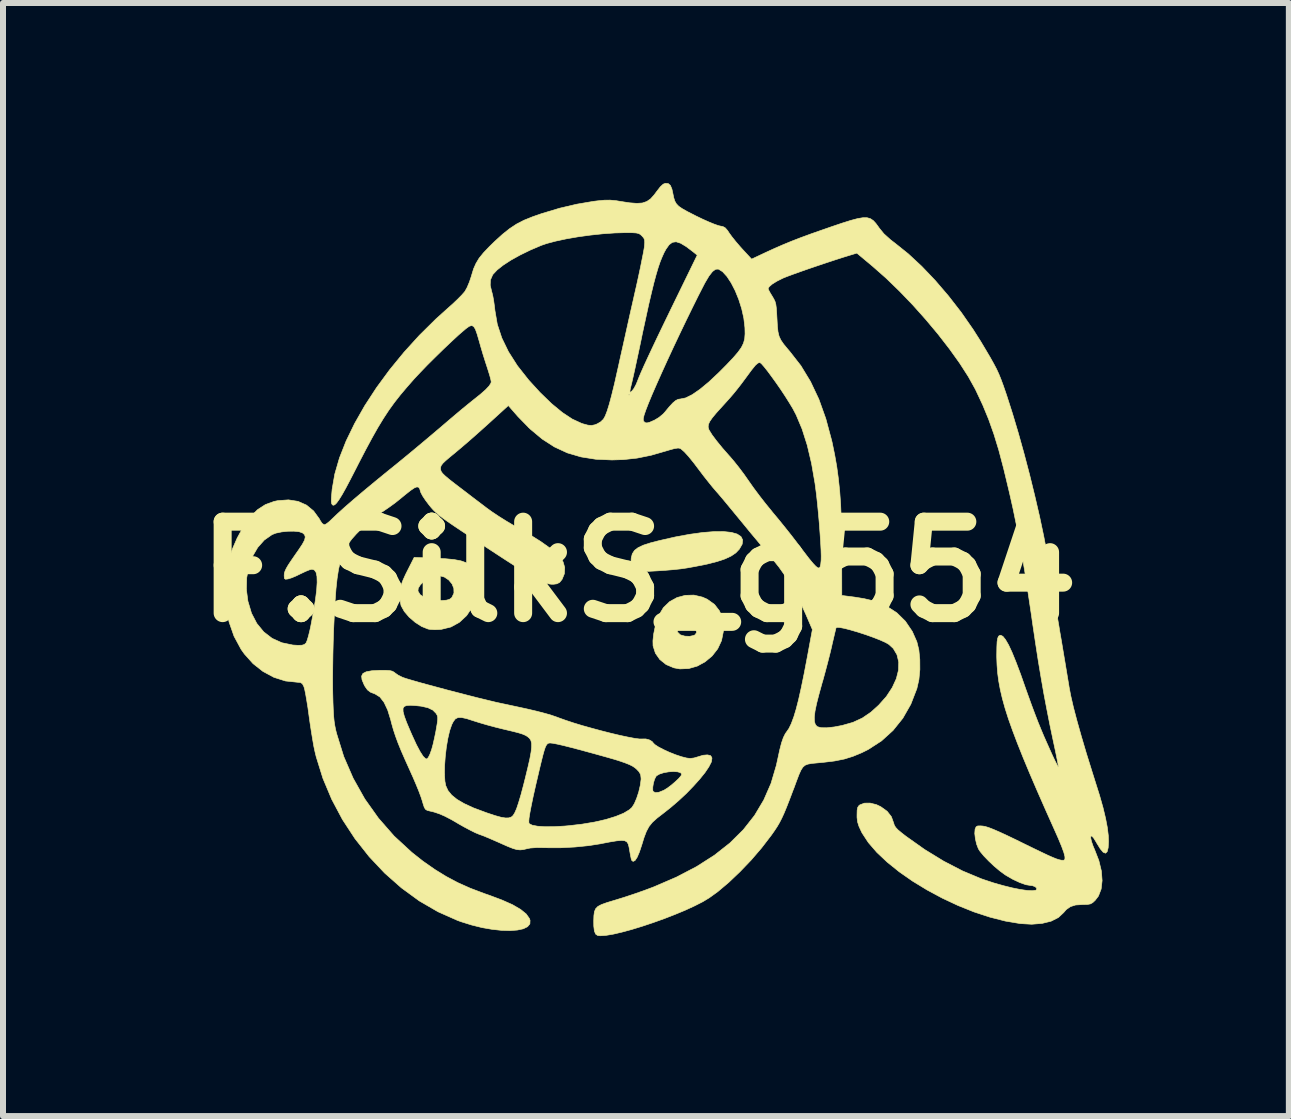
<source format=kicad_pcb>
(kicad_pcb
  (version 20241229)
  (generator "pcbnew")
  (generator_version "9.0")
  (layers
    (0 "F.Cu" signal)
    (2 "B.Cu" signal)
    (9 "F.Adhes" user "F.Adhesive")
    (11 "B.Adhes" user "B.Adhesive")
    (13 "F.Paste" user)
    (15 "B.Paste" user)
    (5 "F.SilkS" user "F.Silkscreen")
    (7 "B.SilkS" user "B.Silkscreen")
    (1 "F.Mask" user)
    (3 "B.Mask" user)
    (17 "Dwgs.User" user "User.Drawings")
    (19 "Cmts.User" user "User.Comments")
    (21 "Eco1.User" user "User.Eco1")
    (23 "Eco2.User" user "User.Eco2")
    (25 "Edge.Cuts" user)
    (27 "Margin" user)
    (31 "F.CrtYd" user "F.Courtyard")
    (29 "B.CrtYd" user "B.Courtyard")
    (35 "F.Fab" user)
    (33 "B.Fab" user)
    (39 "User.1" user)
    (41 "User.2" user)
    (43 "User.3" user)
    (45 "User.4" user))
  (footprint "F.SilkS_g554"
    (layer "F.Cu")
    (at 7.591 6.478)
    (property "Reference" "F.SilkS_g554" (at 0 0 0) (layer "F.SilkS") (effects (font (size 1.524 1.524) (thickness 0.3))))
    (attr through_hole)
    (fp_poly (pts (xy 1.547 -0.656) (xy 1.644 -0.628) (xy 1.707 -0.586) (xy 1.735 -0.53) (xy 1.727 -0.46) (xy 1.679 -0.376) (xy 1.677 -0.374) (xy 1.621 -0.315) (xy 1.543 -0.262) (xy 1.44 -0.214) (xy 1.308 -0.17) (xy 1.144 -0.128) (xy 0.943 -0.088) (xy 0.804 -0.063) (xy 0.701 -0.048) (xy 0.579 -0.035) (xy 0.447 -0.024) (xy 0.313 -0.015) (xy 0.185 -0.008) (xy 0.071 -0.005) (xy -0.019 -0.006) (xy -0.079 -0.011) (xy -0.09 -0.013) (xy -0.112 -0.029) (xy -0.124 -0.066) (xy -0.127 -0.134) (xy -0.127 -0.14) (xy -0.122 -0.228) (xy -0.104 -0.299) (xy -0.067 -0.356) (xy -0.007 -0.402) (xy 0.08 -0.443) (xy 0.201 -0.482) (xy 0.341 -0.518) (xy 0.608 -0.579) (xy 0.851 -0.624) (xy 1.067 -0.654) (xy 1.257 -0.669) (xy 1.417 -0.67) (xy 1.547 -0.656)) (stroke (width 0.01) (type solid)) (fill yes) (layer "F.SilkS"))
    (fp_poly (pts (xy 1.066 0.423) (xy 1.146 0.459) (xy 1.266 0.545) (xy 1.35 0.654) (xy 1.4 0.787) (xy 1.415 0.944) (xy 1.413 0.997) (xy 1.383 1.147) (xy 1.319 1.284) (xy 1.226 1.403) (xy 1.11 1.5) (xy 0.979 1.572) (xy 0.836 1.613) (xy 0.689 1.619) (xy 0.589 1.601) (xy 0.459 1.546) (xy 0.355 1.463) (xy 0.281 1.357) (xy 0.242 1.235) (xy 0.24 1.149) (xy 0.252 1.038) (xy 0.269 0.954) (xy 0.644 0.954) (xy 0.649 1.004) (xy 0.691 1.047) (xy 0.704 1.054) (xy 0.773 1.073) (xy 0.852 1.076) (xy 0.919 1.062) (xy 0.941 1.051) (xy 0.969 1.012) (xy 0.955 0.968) (xy 0.9 0.92) (xy 0.884 0.91) (xy 0.802 0.874) (xy 0.733 0.875) (xy 0.677 0.906) (xy 0.644 0.954) (xy 0.269 0.954) (xy 0.277 0.917) (xy 0.311 0.798) (xy 0.34 0.722) (xy 0.415 0.597) (xy 0.518 0.498) (xy 0.641 0.43) (xy 0.778 0.393) (xy 0.922 0.389) (xy 1.066 0.423)) (stroke (width 0.01) (type solid)) (fill yes) (layer "F.SilkS"))
    (fp_poly (pts (xy -3.399 -0.226) (xy -3.217 -0.217) (xy -3.073 -0.203) (xy -2.961 -0.182) (xy -2.876 -0.152) (xy -2.815 -0.111) (xy -2.771 -0.057) (xy -2.74 0.012) (xy -2.728 0.05) (xy -2.713 0.145) (xy -2.711 0.26) (xy -2.719 0.381) (xy -2.738 0.492) (xy -2.765 0.578) (xy -2.77 0.588) (xy -2.865 0.731) (xy -2.986 0.843) (xy -3.126 0.92) (xy -3.284 0.959) (xy -3.313 0.962) (xy -3.394 0.965) (xy -3.47 0.961) (xy -3.507 0.955) (xy -3.614 0.912) (xy -3.722 0.843) (xy -3.823 0.756) (xy -3.904 0.661) (xy -3.956 0.567) (xy -3.959 0.557) (xy -3.971 0.495) (xy -3.977 0.412) (xy -3.975 0.347) (xy -3.973 0.322) (xy -3.676 0.322) (xy -3.64 0.381) (xy -3.571 0.428) (xy -3.475 0.462) (xy -3.359 0.479) (xy -3.283 0.48) (xy -3.204 0.474) (xy -3.153 0.461) (xy -3.12 0.438) (xy -3.109 0.425) (xy -3.076 0.355) (xy -3.078 0.278) (xy -3.108 0.203) (xy -3.163 0.137) (xy -3.236 0.088) (xy -3.323 0.064) (xy -3.344 0.064) (xy -3.421 0.077) (xy -3.501 0.111) (xy -3.575 0.16) (xy -3.635 0.217) (xy -3.671 0.274) (xy -3.676 0.322) (xy -3.973 0.322) (xy -3.968 0.278) (xy -3.953 0.213) (xy -3.925 0.139) (xy -3.883 0.046) (xy -3.853 -0.014) (xy -3.739 -0.239) (xy -3.399 -0.226)) (stroke (width 0.01) (type solid)) (fill yes) (layer "F.SilkS"))
    (fp_poly (pts (xy -4.145 1.647) (xy -4.104 1.657) (xy -4.073 1.674) (xy -4.06 1.685) (xy -4.008 1.722) (xy -3.94 1.756) (xy -3.926 1.762) (xy -3.87 1.781) (xy -3.779 1.808) (xy -3.658 1.843) (xy -3.515 1.882) (xy -3.355 1.925) (xy -3.185 1.971) (xy -3.01 2.016) (xy -2.837 2.061) (xy -2.672 2.103) (xy -2.52 2.14) (xy -2.388 2.172) (xy -2.283 2.195) (xy -2.254 2.201) (xy -2.034 2.248) (xy -1.85 2.288) (xy -1.697 2.324) (xy -1.57 2.357) (xy -1.464 2.387) (xy -1.373 2.418) (xy -1.325 2.436) (xy -1.213 2.476) (xy -1.08 2.52) (xy -0.932 2.565) (xy -0.774 2.609) (xy -0.614 2.652) (xy -0.457 2.692) (xy -0.309 2.727) (xy -0.177 2.755) (xy -0.066 2.776) (xy 0.017 2.787) (xy 0.066 2.787) (xy 0.069 2.786) (xy 0.121 2.786) (xy 0.18 2.802) (xy 0.226 2.829) (xy 0.24 2.847) (xy 0.27 2.879) (xy 0.331 2.919) (xy 0.415 2.963) (xy 0.513 3.008) (xy 0.616 3.049) (xy 0.715 3.082) (xy 0.801 3.104) (xy 0.86 3.111) (xy 0.925 3.103) (xy 0.996 3.082) (xy 1.005 3.079) (xy 1.075 3.058) (xy 1.142 3.052) (xy 1.15 3.052) (xy 1.2 3.064) (xy 1.22 3.094) (xy 1.223 3.112) (xy 1.213 3.17) (xy 1.172 3.25) (xy 1.107 3.347) (xy 1.019 3.456) (xy 0.914 3.573) (xy 0.796 3.695) (xy 0.667 3.815) (xy 0.533 3.93) (xy 0.414 4.024) (xy 0.309 4.105) (xy 0.231 4.175) (xy 0.174 4.246) (xy 0.13 4.328) (xy 0.091 4.431) (xy 0.056 4.545) (xy 0.015 4.669) (xy -0.023 4.758) (xy -0.059 4.812) (xy -0.091 4.827) (xy -0.114 4.809) (xy -0.123 4.78) (xy -0.135 4.722) (xy -0.147 4.655) (xy -0.159 4.586) (xy -0.173 4.535) (xy -0.195 4.501) (xy -0.231 4.482) (xy -0.286 4.477) (xy -0.365 4.484) (xy -0.475 4.502) (xy -0.621 4.53) (xy -0.627 4.532) (xy -0.831 4.564) (xy -1.059 4.587) (xy -1.292 4.599) (xy -1.513 4.599) (xy -1.556 4.598) (xy -1.694 4.596) (xy -1.805 4.604) (xy -1.863 4.616) (xy -1.921 4.63) (xy -1.973 4.635) (xy -2.027 4.63) (xy -2.091 4.612) (xy -2.175 4.579) (xy -2.286 4.53) (xy -2.31 4.519) (xy -2.415 4.473) (xy -2.517 4.429) (xy -2.604 4.394) (xy -2.662 4.373) (xy -2.722 4.348) (xy -2.806 4.306) (xy -2.904 4.254) (xy -2.998 4.201) (xy -3.06 4.164) (xy -1.829 4.164) (xy -1.825 4.194) (xy -1.823 4.197) (xy -1.773 4.223) (xy -1.685 4.24) (xy -1.563 4.249) (xy -1.411 4.248) (xy -1.233 4.238) (xy -1.164 4.232) (xy -0.94 4.206) (xy -0.732 4.171) (xy -0.544 4.128) (xy -0.382 4.078) (xy -0.249 4.024) (xy -0.152 3.966) (xy -0.11 3.928) (xy -0.07 3.865) (xy -0.031 3.774) (xy 0.004 3.667) (xy 0.022 3.589) (xy 0.237 3.589) (xy 0.237 3.644) (xy 0.242 3.66) (xy 0.279 3.681) (xy 0.341 3.674) (xy 0.42 3.642) (xy 0.478 3.607) (xy 0.545 3.557) (xy 0.611 3.5) (xy 0.669 3.446) (xy 0.707 3.401) (xy 0.72 3.375) (xy 0.701 3.349) (xy 0.652 3.334) (xy 0.582 3.329) (xy 0.502 3.334) (xy 0.422 3.348) (xy 0.352 3.37) (xy 0.301 3.399) (xy 0.292 3.409) (xy 0.268 3.455) (xy 0.248 3.521) (xy 0.237 3.589) (xy 0.022 3.589) (xy 0.029 3.559) (xy 0.042 3.462) (xy 0.042 3.441) (xy 0.035 3.38) (xy 0.006 3.33) (xy -0.031 3.291) (xy -0.063 3.264) (xy -0.101 3.239) (xy -0.151 3.214) (xy -0.216 3.188) (xy -0.301 3.158) (xy -0.409 3.124) (xy -0.546 3.085) (xy -0.715 3.038) (xy -0.92 2.982) (xy -0.948 2.974) (xy -1.12 2.929) (xy -1.254 2.895) (xy -1.356 2.872) (xy -1.429 2.858) (xy -1.476 2.853) (xy -1.501 2.857) (xy -1.502 2.857) (xy -1.521 2.87) (xy -1.538 2.892) (xy -1.555 2.927) (xy -1.573 2.981) (xy -1.595 3.06) (xy -1.622 3.168) (xy -1.657 3.313) (xy -1.659 3.323) (xy -1.713 3.553) (xy -1.756 3.744) (xy -1.788 3.899) (xy -1.811 4.019) (xy -1.825 4.107) (xy -1.829 4.164) (xy -3.06 4.164) (xy -3.125 4.127) (xy -3.229 4.073) (xy -3.319 4.034) (xy -3.405 4.005) (xy -3.48 3.987) (xy -3.523 3.976) (xy -3.551 3.958) (xy -3.571 3.925) (xy -3.59 3.867) (xy -3.603 3.822) (xy -3.625 3.754) (xy -3.661 3.657) (xy -3.708 3.542) (xy -3.762 3.416) (xy -3.782 3.372) (xy -3.234 3.372) (xy -3.227 3.49) (xy -3.213 3.564) (xy -3.176 3.646) (xy -3.114 3.722) (xy -3.025 3.794) (xy -2.905 3.864) (xy -2.751 3.935) (xy -2.558 4.007) (xy -2.519 4.021) (xy -2.389 4.064) (xy -2.291 4.091) (xy -2.218 4.103) (xy -2.164 4.102) (xy -2.122 4.088) (xy -2.118 4.086) (xy -2.091 4.062) (xy -2.063 4.017) (xy -2.032 3.947) (xy -1.999 3.848) (xy -1.96 3.718) (xy -1.916 3.552) (xy -1.886 3.433) (xy -1.843 3.256) (xy -1.811 3.115) (xy -1.791 3.005) (xy -1.782 2.922) (xy -1.782 2.86) (xy -1.793 2.814) (xy -1.813 2.781) (xy -1.821 2.772) (xy -1.85 2.747) (xy -1.884 2.726) (xy -1.931 2.706) (xy -1.997 2.685) (xy -2.09 2.661) (xy -2.216 2.631) (xy -2.254 2.622) (xy -2.384 2.59) (xy -2.525 2.552) (xy -2.658 2.513) (xy -2.75 2.484) (xy -2.865 2.447) (xy -2.949 2.429) (xy -3.009 2.43) (xy -3.052 2.451) (xy -3.086 2.495) (xy -3.113 2.548) (xy -3.148 2.649) (xy -3.178 2.778) (xy -3.203 2.925) (xy -3.221 3.08) (xy -3.232 3.232) (xy -3.234 3.372) (xy -3.782 3.372) (xy -3.808 3.314) (xy -3.89 3.132) (xy -3.956 2.981) (xy -4.008 2.853) (xy -4.05 2.739) (xy -4.085 2.633) (xy -4.115 2.527) (xy -4.129 2.471) (xy -4.18 2.305) (xy -4.193 2.277) (xy -3.925 2.277) (xy -3.924 2.329) (xy -3.904 2.406) (xy -3.865 2.512) (xy -3.807 2.649) (xy -3.776 2.72) (xy -3.703 2.879) (xy -3.64 2.998) (xy -3.589 3.077) (xy -3.548 3.116) (xy -3.525 3.119) (xy -3.503 3.094) (xy -3.476 3.04) (xy -3.45 2.968) (xy -3.449 2.966) (xy -3.425 2.879) (xy -3.4 2.769) (xy -3.377 2.657) (xy -3.371 2.622) (xy -3.355 2.528) (xy -3.347 2.464) (xy -3.347 2.423) (xy -3.355 2.393) (xy -3.372 2.364) (xy -3.373 2.361) (xy -3.427 2.306) (xy -3.509 2.266) (xy -3.623 2.24) (xy -3.722 2.23) (xy -3.804 2.225) (xy -3.865 2.229) (xy -3.905 2.245) (xy -3.925 2.277) (xy -4.193 2.277) (xy -4.241 2.176) (xy -4.31 2.087) (xy -4.388 2.038) (xy -4.391 2.037) (xy -4.467 2.007) (xy -4.517 1.969) (xy -4.558 1.911) (xy -4.574 1.881) (xy -4.608 1.8) (xy -4.615 1.739) (xy -4.593 1.695) (xy -4.538 1.667) (xy -4.447 1.65) (xy -4.318 1.643) (xy -4.304 1.643) (xy -4.209 1.643) (xy -4.145 1.647)) (stroke (width 0.01) (type solid)) (fill yes) (layer "F.SilkS"))
    (fp_poly (pts (xy 0.495 -6.469) (xy 0.53 -6.439) (xy 0.556 -6.378) (xy 0.571 -6.309) (xy 0.586 -6.235) (xy 0.604 -6.178) (xy 0.63 -6.132) (xy 0.669 -6.091) (xy 0.729 -6.05) (xy 0.814 -6.002) (xy 0.93 -5.943) (xy 0.955 -5.93) (xy 1.067 -5.876) (xy 1.172 -5.829) (xy 1.263 -5.792) (xy 1.329 -5.769) (xy 1.353 -5.763) (xy 1.407 -5.752) (xy 1.446 -5.73) (xy 1.484 -5.686) (xy 1.512 -5.643) (xy 1.558 -5.58) (xy 1.623 -5.499) (xy 1.696 -5.414) (xy 1.733 -5.373) (xy 1.884 -5.21) (xy 2.122 -5.322) (xy 2.266 -5.388) (xy 2.406 -5.449) (xy 2.549 -5.508) (xy 2.704 -5.568) (xy 2.878 -5.632) (xy 3.081 -5.703) (xy 3.216 -5.75) (xy 3.393 -5.81) (xy 3.536 -5.855) (xy 3.649 -5.885) (xy 3.738 -5.9) (xy 3.808 -5.9) (xy 3.864 -5.884) (xy 3.912 -5.852) (xy 3.955 -5.805) (xy 4.001 -5.742) (xy 4.012 -5.726) (xy 4.089 -5.632) (xy 4.201 -5.531) (xy 4.278 -5.472) (xy 4.495 -5.298) (xy 4.719 -5.09) (xy 4.944 -4.854) (xy 5.165 -4.596) (xy 5.377 -4.323) (xy 5.574 -4.04) (xy 5.7 -3.842) (xy 5.79 -3.691) (xy 5.862 -3.569) (xy 5.919 -3.467) (xy 5.966 -3.378) (xy 6.005 -3.293) (xy 6.041 -3.204) (xy 6.078 -3.104) (xy 6.119 -2.985) (xy 6.137 -2.932) (xy 6.233 -2.632) (xy 6.33 -2.307) (xy 6.425 -1.966) (xy 6.517 -1.616) (xy 6.603 -1.265) (xy 6.683 -0.92) (xy 6.753 -0.589) (xy 6.812 -0.281) (xy 6.859 -0.002) (xy 6.868 0.064) (xy 6.881 0.147) (xy 6.899 0.264) (xy 6.922 0.408) (xy 6.949 0.571) (xy 6.978 0.744) (xy 7.008 0.922) (xy 7.016 0.974) (xy 7.047 1.152) (xy 7.077 1.332) (xy 7.106 1.504) (xy 7.132 1.661) (xy 7.154 1.794) (xy 7.171 1.895) (xy 7.174 1.916) (xy 7.203 2.069) (xy 7.247 2.259) (xy 7.306 2.484) (xy 7.378 2.74) (xy 7.462 3.024) (xy 7.559 3.335) (xy 7.608 3.491) (xy 7.683 3.729) (xy 7.741 3.934) (xy 7.783 4.11) (xy 7.812 4.262) (xy 7.828 4.394) (xy 7.832 4.493) (xy 7.826 4.6) (xy 7.809 4.665) (xy 7.782 4.69) (xy 7.743 4.674) (xy 7.694 4.616) (xy 7.634 4.519) (xy 7.63 4.511) (xy 7.586 4.44) (xy 7.556 4.406) (xy 7.538 4.405) (xy 7.535 4.435) (xy 7.547 4.492) (xy 7.575 4.573) (xy 7.6 4.631) (xy 7.671 4.814) (xy 7.713 4.988) (xy 7.725 5.147) (xy 7.709 5.287) (xy 7.664 5.404) (xy 7.609 5.476) (xy 7.568 5.514) (xy 7.53 5.535) (xy 7.481 5.544) (xy 7.405 5.546) (xy 7.399 5.546) (xy 7.284 5.553) (xy 7.198 5.58) (xy 7.128 5.629) (xy 7.084 5.68) (xy 6.996 5.762) (xy 6.875 5.823) (xy 6.725 5.86) (xy 6.552 5.874) (xy 6.361 5.863) (xy 6.112 5.821) (xy 5.853 5.755) (xy 5.588 5.668) (xy 5.322 5.561) (xy 5.06 5.438) (xy 4.807 5.302) (xy 4.566 5.155) (xy 4.344 5) (xy 4.144 4.839) (xy 3.971 4.676) (xy 3.83 4.513) (xy 3.725 4.353) (xy 3.714 4.331) (xy 3.673 4.242) (xy 3.65 4.169) (xy 3.641 4.094) (xy 3.641 4.052) (xy 3.643 3.975) (xy 3.652 3.928) (xy 3.671 3.899) (xy 3.688 3.885) (xy 3.764 3.856) (xy 3.859 3.855) (xy 3.964 3.881) (xy 4.036 3.915) (xy 4.143 3.992) (xy 4.213 4.081) (xy 4.25 4.183) (xy 4.262 4.223) (xy 4.284 4.259) (xy 4.322 4.3) (xy 4.384 4.352) (xy 4.456 4.408) (xy 4.768 4.629) (xy 5.085 4.823) (xy 5.402 4.987) (xy 5.711 5.116) (xy 5.757 5.132) (xy 5.92 5.186) (xy 6.079 5.231) (xy 6.228 5.268) (xy 6.363 5.295) (xy 6.476 5.311) (xy 6.564 5.315) (xy 6.619 5.307) (xy 6.632 5.299) (xy 6.636 5.274) (xy 6.609 5.248) (xy 6.563 5.231) (xy 6.533 5.228) (xy 6.454 5.215) (xy 6.353 5.179) (xy 6.239 5.126) (xy 6.123 5.059) (xy 6.106 5.048) (xy 6.02 4.985) (xy 5.926 4.906) (xy 5.835 4.82) (xy 5.754 4.736) (xy 5.692 4.661) (xy 5.664 4.618) (xy 5.634 4.54) (xy 5.613 4.449) (xy 5.603 4.361) (xy 5.608 4.292) (xy 5.612 4.279) (xy 5.627 4.249) (xy 5.652 4.236) (xy 5.699 4.235) (xy 5.739 4.238) (xy 5.781 4.246) (xy 5.838 4.264) (xy 5.913 4.293) (xy 6.01 4.335) (xy 6.134 4.392) (xy 6.288 4.466) (xy 6.41 4.526) (xy 6.578 4.608) (xy 6.713 4.673) (xy 6.818 4.723) (xy 6.9 4.759) (xy 6.962 4.784) (xy 7.009 4.799) (xy 7.045 4.807) (xy 7.076 4.808) (xy 7.088 4.807) (xy 7.105 4.792) (xy 7.106 4.751) (xy 7.088 4.68) (xy 7.051 4.578) (xy 6.995 4.443) (xy 6.949 4.339) (xy 6.788 3.979) (xy 6.645 3.654) (xy 6.519 3.361) (xy 6.409 3.097) (xy 6.314 2.859) (xy 6.233 2.645) (xy 6.164 2.451) (xy 6.108 2.275) (xy 6.063 2.113) (xy 6.028 1.963) (xy 6.002 1.822) (xy 5.984 1.687) (xy 5.974 1.555) (xy 5.969 1.423) (xy 5.969 1.382) (xy 5.971 1.256) (xy 5.975 1.166) (xy 5.985 1.108) (xy 5.999 1.074) (xy 6.021 1.06) (xy 6.035 1.058) (xy 6.071 1.076) (xy 6.114 1.129) (xy 6.166 1.218) (xy 6.225 1.345) (xy 6.292 1.51) (xy 6.369 1.714) (xy 6.451 1.948) (xy 6.5 2.085) (xy 6.555 2.237) (xy 6.611 2.386) (xy 6.66 2.513) (xy 6.664 2.522) (xy 6.706 2.625) (xy 6.753 2.737) (xy 6.804 2.852) (xy 6.854 2.964) (xy 6.9 3.066) (xy 6.941 3.152) (xy 6.973 3.215) (xy 6.992 3.25) (xy 6.997 3.254) (xy 6.995 3.233) (xy 6.985 3.176) (xy 6.968 3.09) (xy 6.946 2.982) (xy 6.919 2.856) (xy 6.91 2.814) (xy 6.854 2.547) (xy 6.803 2.288) (xy 6.754 2.03) (xy 6.708 1.765) (xy 6.661 1.484) (xy 6.614 1.179) (xy 6.564 0.843) (xy 6.55 0.742) (xy 6.496 0.381) (xy 6.446 0.055) (xy 6.396 -0.245) (xy 6.346 -0.525) (xy 6.294 -0.792) (xy 6.24 -1.055) (xy 6.18 -1.321) (xy 6.114 -1.597) (xy 6.083 -1.725) (xy 6.004 -2.025) (xy 5.922 -2.293) (xy 5.834 -2.541) (xy 5.736 -2.779) (xy 5.623 -3.02) (xy 5.609 -3.048) (xy 5.495 -3.253) (xy 5.351 -3.477) (xy 5.182 -3.713) (xy 4.993 -3.957) (xy 4.788 -4.202) (xy 4.572 -4.444) (xy 4.35 -4.675) (xy 4.127 -4.891) (xy 3.907 -5.085) (xy 3.899 -5.092) (xy 3.638 -5.31) (xy 3.539 -5.28) (xy 3.421 -5.244) (xy 3.284 -5.2) (xy 3.135 -5.151) (xy 2.983 -5.1) (xy 2.833 -5.049) (xy 2.693 -5) (xy 2.571 -4.956) (xy 2.474 -4.92) (xy 2.409 -4.894) (xy 2.403 -4.891) (xy 2.305 -4.842) (xy 2.228 -4.794) (xy 2.177 -4.75) (xy 2.159 -4.718) (xy 2.169 -4.693) (xy 2.196 -4.643) (xy 2.227 -4.593) (xy 2.255 -4.545) (xy 2.275 -4.503) (xy 2.288 -4.455) (xy 2.296 -4.393) (xy 2.302 -4.306) (xy 2.307 -4.216) (xy 2.314 -4.091) (xy 2.324 -3.998) (xy 2.342 -3.924) (xy 2.372 -3.86) (xy 2.418 -3.793) (xy 2.484 -3.713) (xy 2.519 -3.672) (xy 2.705 -3.434) (xy 2.866 -3.169) (xy 3.005 -2.875) (xy 3.121 -2.55) (xy 3.218 -2.189) (xy 3.226 -2.155) (xy 3.268 -1.951) (xy 3.303 -1.753) (xy 3.33 -1.553) (xy 3.352 -1.344) (xy 3.368 -1.121) (xy 3.378 -0.875) (xy 3.384 -0.602) (xy 3.386 -0.292) (xy 3.386 -0.284) (xy 3.387 0.395) (xy 3.59 0.421) (xy 3.758 0.448) (xy 3.898 0.481) (xy 4.023 0.524) (xy 4.135 0.575) (xy 4.304 0.684) (xy 4.447 0.825) (xy 4.562 0.995) (xy 4.638 1.167) (xy 4.671 1.302) (xy 4.687 1.461) (xy 4.688 1.631) (xy 4.672 1.797) (xy 4.639 1.943) (xy 4.638 1.947) (xy 4.537 2.208) (xy 4.404 2.441) (xy 4.241 2.644) (xy 4.048 2.819) (xy 3.825 2.963) (xy 3.718 3.016) (xy 3.573 3.076) (xy 3.428 3.121) (xy 3.268 3.153) (xy 3.088 3.175) (xy 2.973 3.186) (xy 2.887 3.194) (xy 2.822 3.206) (xy 2.774 3.225) (xy 2.737 3.258) (xy 2.705 3.309) (xy 2.672 3.383) (xy 2.633 3.486) (xy 2.583 3.622) (xy 2.581 3.625) (xy 2.519 3.789) (xy 2.468 3.92) (xy 2.425 4.024) (xy 2.386 4.109) (xy 2.349 4.181) (xy 2.311 4.246) (xy 2.267 4.313) (xy 2.215 4.387) (xy 2.209 4.395) (xy 2.051 4.601) (xy 1.876 4.805) (xy 1.69 4.999) (xy 1.502 5.178) (xy 1.319 5.332) (xy 1.179 5.433) (xy 1.07 5.499) (xy 0.934 5.568) (xy 0.778 5.64) (xy 0.607 5.711) (xy 0.427 5.781) (xy 0.243 5.847) (xy 0.06 5.908) (xy -0.116 5.962) (xy -0.279 6.006) (xy -0.425 6.04) (xy -0.546 6.06) (xy -0.639 6.066) (xy -0.682 6.061) (xy -0.715 6.038) (xy -0.736 5.987) (xy -0.746 5.905) (xy -0.747 5.817) (xy -0.744 5.73) (xy -0.735 5.665) (xy -0.715 5.616) (xy -0.678 5.578) (xy -0.618 5.546) (xy -0.529 5.514) (xy -0.407 5.477) (xy -0.377 5.468) (xy -0.238 5.425) (xy -0.078 5.372) (xy 0.085 5.315) (xy 0.232 5.26) (xy 0.258 5.25) (xy 0.633 5.088) (xy 0.968 4.913) (xy 1.264 4.724) (xy 1.523 4.52) (xy 1.746 4.299) (xy 1.934 4.06) (xy 2.087 3.803) (xy 2.208 3.526) (xy 2.296 3.228) (xy 2.318 3.128) (xy 2.352 2.971) (xy 2.383 2.851) (xy 2.414 2.762) (xy 2.446 2.698) (xy 2.466 2.67) (xy 2.506 2.612) (xy 2.545 2.532) (xy 2.584 2.427) (xy 2.587 2.42) (xy 2.929 2.42) (xy 2.931 2.493) (xy 2.945 2.543) (xy 2.972 2.576) (xy 2.981 2.582) (xy 3.042 2.599) (xy 3.138 2.6) (xy 3.263 2.586) (xy 3.393 2.561) (xy 3.573 2.51) (xy 3.729 2.438) (xy 3.874 2.339) (xy 4.002 2.223) (xy 4.13 2.079) (xy 4.228 1.93) (xy 4.296 1.782) (xy 4.332 1.639) (xy 4.336 1.505) (xy 4.307 1.383) (xy 4.245 1.278) (xy 4.172 1.211) (xy 4.115 1.178) (xy 4.026 1.138) (xy 3.914 1.094) (xy 3.788 1.049) (xy 3.656 1.006) (xy 3.529 0.969) (xy 3.433 0.944) (xy 3.355 0.929) (xy 3.31 0.926) (xy 3.291 0.936) (xy 3.29 0.938) (xy 3.283 0.967) (xy 3.268 1.029) (xy 3.248 1.115) (xy 3.224 1.217) (xy 3.22 1.238) (xy 3.19 1.363) (xy 3.152 1.512) (xy 3.111 1.667) (xy 3.071 1.813) (xy 3.062 1.841) (xy 3.008 2.037) (xy 2.967 2.196) (xy 2.941 2.322) (xy 2.929 2.42) (xy 2.587 2.42) (xy 2.625 2.294) (xy 2.667 2.131) (xy 2.711 1.934) (xy 2.759 1.701) (xy 2.811 1.428) (xy 2.813 1.418) (xy 2.897 0.963) (xy 2.79 0.715) (xy 2.689 0.492) (xy 2.585 0.294) (xy 2.472 0.109) (xy 2.342 -0.075) (xy 2.188 -0.268) (xy 2.128 -0.339) (xy 2.059 -0.42) (xy 1.972 -0.525) (xy 1.872 -0.644) (xy 1.77 -0.769) (xy 1.671 -0.889) (xy 1.579 -1.001) (xy 1.489 -1.11) (xy 1.407 -1.209) (xy 1.339 -1.289) (xy 1.29 -1.345) (xy 1.285 -1.351) (xy 1.23 -1.415) (xy 1.161 -1.501) (xy 1.085 -1.597) (xy 1.023 -1.679) (xy 0.917 -1.819) (xy 0.831 -1.925) (xy 0.763 -1.999) (xy 0.71 -2.045) (xy 0.693 -2.056) (xy 0.659 -2.062) (xy 0.599 -2.053) (xy 0.508 -2.028) (xy 0.458 -2.013) (xy 0.208 -1.941) (xy -0.024 -1.894) (xy -0.252 -1.869) (xy -0.443 -1.863) (xy -0.713 -1.875) (xy -0.959 -1.914) (xy -1.187 -1.981) (xy -1.401 -2.08) (xy -1.606 -2.212) (xy -1.807 -2.38) (xy -1.838 -2.411) (xy 1.16 -2.411) (xy 1.171 -2.371) (xy 1.178 -2.357) (xy 1.226 -2.28) (xy 1.301 -2.18) (xy 1.398 -2.061) (xy 1.515 -1.928) (xy 1.521 -1.922) (xy 1.59 -1.841) (xy 1.672 -1.738) (xy 1.757 -1.625) (xy 1.834 -1.515) (xy 1.838 -1.509) (xy 1.917 -1.397) (xy 2.014 -1.267) (xy 2.116 -1.136) (xy 2.214 -1.016) (xy 2.232 -0.993) (xy 2.329 -0.877) (xy 2.436 -0.745) (xy 2.541 -0.613) (xy 2.632 -0.495) (xy 2.646 -0.476) (xy 2.754 -0.334) (xy 2.839 -0.223) (xy 2.905 -0.143) (xy 2.954 -0.091) (xy 2.988 -0.065) (xy 3.012 -0.063) (xy 3.026 -0.083) (xy 3.036 -0.124) (xy 3.042 -0.183) (xy 3.043 -0.195) (xy 3.044 -0.263) (xy 3.041 -0.366) (xy 3.034 -0.496) (xy 3.024 -0.645) (xy 3.012 -0.808) (xy 2.997 -0.975) (xy 2.981 -1.14) (xy 2.964 -1.295) (xy 2.946 -1.432) (xy 2.941 -1.471) (xy 2.883 -1.806) (xy 2.811 -2.11) (xy 2.725 -2.38) (xy 2.627 -2.613) (xy 2.571 -2.72) (xy 2.513 -2.816) (xy 2.445 -2.924) (xy 2.371 -3.036) (xy 2.294 -3.147) (xy 2.219 -3.251) (xy 2.151 -3.343) (xy 2.092 -3.417) (xy 2.048 -3.467) (xy 2.022 -3.487) (xy 2.021 -3.487) (xy 1.99 -3.478) (xy 1.948 -3.442) (xy 1.892 -3.373) (xy 1.874 -3.35) (xy 1.78 -3.222) (xy 1.704 -3.12) (xy 1.639 -3.037) (xy 1.578 -2.962) (xy 1.515 -2.889) (xy 1.442 -2.808) (xy 1.392 -2.753) (xy 1.297 -2.648) (xy 1.229 -2.566) (xy 1.186 -2.504) (xy 1.164 -2.454) (xy 1.16 -2.411) (xy -1.838 -2.411) (xy -2.01 -2.587) (xy -2.065 -2.65) (xy -2.17 -2.77) (xy -2.508 -2.462) (xy -2.624 -2.358) (xy -2.744 -2.251) (xy -2.861 -2.149) (xy -2.964 -2.061) (xy -3.045 -1.993) (xy -3.048 -1.99) (xy -3.146 -1.91) (xy -3.215 -1.851) (xy -3.261 -1.807) (xy -3.287 -1.773) (xy -3.298 -1.745) (xy -3.3 -1.715) (xy -3.298 -1.7) (xy -3.29 -1.673) (xy -3.267 -1.64) (xy -3.225 -1.599) (xy -3.16 -1.544) (xy -3.067 -1.471) (xy -3.012 -1.429) (xy -2.899 -1.343) (xy -2.778 -1.25) (xy -2.662 -1.162) (xy -2.563 -1.087) (xy -2.536 -1.066) (xy -2.443 -0.999) (xy -2.326 -0.921) (xy -2.198 -0.841) (xy -2.073 -0.767) (xy -2.043 -0.75) (xy -1.817 -0.621) (xy -1.63 -0.504) (xy -1.481 -0.398) (xy -1.368 -0.302) (xy -1.29 -0.217) (xy -1.258 -0.166) (xy -1.23 -0.07) (xy -1.236 0.033) (xy -1.274 0.126) (xy -1.276 0.129) (xy -1.316 0.178) (xy -1.363 0.201) (xy -1.414 0.208) (xy -1.452 0.208) (xy -1.492 0.203) (xy -1.538 0.192) (xy -1.592 0.171) (xy -1.658 0.141) (xy -1.737 0.098) (xy -1.834 0.043) (xy -1.949 -0.028) (xy -2.088 -0.115) (xy -2.251 -0.22) (xy -2.442 -0.345) (xy -2.664 -0.491) (xy -2.797 -0.579) (xy -2.956 -0.684) (xy -3.083 -0.769) (xy -3.185 -0.839) (xy -3.264 -0.896) (xy -3.326 -0.944) (xy -3.376 -0.987) (xy -3.417 -1.027) (xy -3.455 -1.069) (xy -3.491 -1.113) (xy -3.549 -1.19) (xy -3.597 -1.262) (xy -3.627 -1.318) (xy -3.634 -1.338) (xy -3.647 -1.383) (xy -3.665 -1.409) (xy -3.694 -1.414) (xy -3.737 -1.397) (xy -3.799 -1.355) (xy -3.885 -1.287) (xy -3.969 -1.218) (xy -4.059 -1.146) (xy -4.157 -1.075) (xy -4.246 -1.014) (xy -4.278 -0.994) (xy -4.349 -0.946) (xy -4.437 -0.877) (xy -4.532 -0.796) (xy -4.619 -0.715) (xy -4.705 -0.628) (xy -4.779 -0.545) (xy -4.841 -0.461) (xy -4.893 -0.373) (xy -4.936 -0.276) (xy -4.971 -0.165) (xy -5 -0.038) (xy -5.023 0.111) (xy -5.042 0.286) (xy -5.057 0.491) (xy -5.07 0.731) (xy -5.082 0.981) (xy -5.088 1.166) (xy -5.093 1.37) (xy -5.096 1.577) (xy -5.098 1.776) (xy -5.097 1.951) (xy -5.096 2.018) (xy -5.092 2.179) (xy -5.087 2.305) (xy -5.081 2.406) (xy -5.073 2.488) (xy -5.062 2.561) (xy -5.048 2.632) (xy -5.031 2.699) (xy -4.913 3.079) (xy -4.756 3.441) (xy -4.563 3.785) (xy -4.334 4.107) (xy -4.073 4.405) (xy -3.779 4.676) (xy -3.593 4.823) (xy -3.394 4.962) (xy -3.204 5.079) (xy -3.012 5.181) (xy -2.804 5.274) (xy -2.569 5.363) (xy -2.493 5.389) (xy -2.277 5.47) (xy -2.101 5.548) (xy -1.967 5.626) (xy -1.873 5.702) (xy -1.819 5.778) (xy -1.808 5.809) (xy -1.811 5.868) (xy -1.85 5.915) (xy -1.921 5.95) (xy -2.02 5.971) (xy -2.142 5.98) (xy -2.283 5.976) (xy -2.44 5.959) (xy -2.607 5.93) (xy -2.781 5.887) (xy -2.957 5.832) (xy -3.018 5.81) (xy -3.342 5.666) (xy -3.654 5.485) (xy -3.951 5.268) (xy -4.231 5.021) (xy -4.489 4.747) (xy -4.725 4.448) (xy -4.934 4.129) (xy -5.113 3.792) (xy -5.26 3.442) (xy -5.372 3.082) (xy -5.393 2.995) (xy -5.411 2.911) (xy -5.431 2.796) (xy -5.453 2.661) (xy -5.475 2.517) (xy -5.492 2.396) (xy -5.51 2.264) (xy -5.53 2.141) (xy -5.548 2.037) (xy -5.564 1.959) (xy -5.576 1.915) (xy -5.577 1.914) (xy -5.602 1.866) (xy -5.636 1.845) (xy -5.687 1.841) (xy -5.885 1.82) (xy -6.077 1.759) (xy -6.259 1.661) (xy -6.424 1.531) (xy -6.568 1.37) (xy -6.623 1.293) (xy -6.741 1.074) (xy -6.824 0.837) (xy -6.873 0.578) (xy -6.888 0.297) (xy -6.535 0.297) (xy -6.51 0.49) (xy -6.45 0.691) (xy -6.361 0.862) (xy -6.246 1.002) (xy -6.106 1.11) (xy -5.944 1.183) (xy -5.761 1.221) (xy -5.678 1.226) (xy -5.609 1.224) (xy -5.568 1.212) (xy -5.541 1.186) (xy -5.537 1.18) (xy -5.521 1.14) (xy -5.5 1.069) (xy -5.478 0.979) (xy -5.463 0.91) (xy -5.418 0.671) (xy -5.385 0.47) (xy -5.364 0.305) (xy -5.356 0.175) (xy -5.359 0.077) (xy -5.374 0.01) (xy -5.402 -0.029) (xy -5.441 -0.042) (xy -5.442 -0.042) (xy -5.481 -0.033) (xy -5.544 -0.008) (xy -5.618 0.027) (xy -5.627 0.031) (xy -5.707 0.07) (xy -5.781 0.101) (xy -5.836 0.118) (xy -5.837 0.119) (xy -5.883 0.125) (xy -5.902 0.111) (xy -5.905 0.067) (xy -5.905 0.06) (xy -5.903 0.027) (xy -5.892 -0.009) (xy -5.871 -0.055) (xy -5.836 -0.115) (xy -5.783 -0.194) (xy -5.71 -0.3) (xy -5.667 -0.361) (xy -5.603 -0.457) (xy -5.565 -0.528) (xy -5.554 -0.58) (xy -5.566 -0.618) (xy -5.597 -0.646) (xy -5.656 -0.667) (xy -5.742 -0.676) (xy -5.844 -0.675) (xy -5.948 -0.664) (xy -6.043 -0.644) (xy -6.107 -0.619) (xy -6.237 -0.528) (xy -6.347 -0.404) (xy -6.434 -0.254) (xy -6.496 -0.083) (xy -6.53 0.102) (xy -6.535 0.297) (xy -6.888 0.297) (xy -6.888 0.295) (xy -6.888 0.286) (xy -6.874 0.05) (xy -6.836 -0.167) (xy -6.769 -0.378) (xy -6.689 -0.561) (xy -6.582 -0.757) (xy -6.47 -0.914) (xy -6.35 -1.034) (xy -6.219 -1.119) (xy -6.074 -1.172) (xy -6.012 -1.185) (xy -5.834 -1.198) (xy -5.674 -1.173) (xy -5.534 -1.111) (xy -5.415 -1.013) (xy -5.319 -0.881) (xy -5.304 -0.852) (xy -5.273 -0.806) (xy -5.24 -0.784) (xy -5.235 -0.783) (xy -5.204 -0.797) (xy -5.155 -0.835) (xy -5.1 -0.887) (xy -5.015 -0.968) (xy -4.899 -1.073) (xy -4.755 -1.198) (xy -4.585 -1.342) (xy -4.391 -1.503) (xy -4.176 -1.679) (xy -4.106 -1.735) (xy -3.961 -1.853) (xy -3.797 -1.988) (xy -3.628 -2.129) (xy -3.465 -2.266) (xy -3.321 -2.388) (xy -3.302 -2.404) (xy -3.183 -2.506) (xy -3.065 -2.606) (xy -2.956 -2.698) (xy -2.861 -2.776) (xy -2.788 -2.835) (xy -2.762 -2.856) (xy -2.638 -2.955) (xy -2.548 -3.034) (xy -2.49 -3.096) (xy -2.46 -3.143) (xy -2.455 -3.165) (xy -2.462 -3.204) (xy -2.48 -3.271) (xy -2.506 -3.355) (xy -2.52 -3.399) (xy -2.553 -3.5) (xy -2.592 -3.624) (xy -2.63 -3.753) (xy -2.655 -3.842) (xy -2.69 -3.961) (xy -2.719 -4.042) (xy -2.748 -4.088) (xy -2.781 -4.103) (xy -2.821 -4.091) (xy -2.873 -4.054) (xy -2.896 -4.035) (xy -2.997 -3.948) (xy -3.117 -3.837) (xy -3.25 -3.711) (xy -3.387 -3.577) (xy -3.521 -3.444) (xy -3.642 -3.318) (xy -3.736 -3.218) (xy -3.858 -3.079) (xy -3.967 -2.95) (xy -4.067 -2.823) (xy -4.161 -2.693) (xy -4.252 -2.554) (xy -4.345 -2.401) (xy -4.442 -2.229) (xy -4.549 -2.03) (xy -4.668 -1.801) (xy -4.708 -1.722) (xy -4.801 -1.541) (xy -4.878 -1.395) (xy -4.941 -1.283) (xy -4.992 -1.201) (xy -5.032 -1.146) (xy -5.063 -1.116) (xy -5.087 -1.108) (xy -5.103 -1.116) (xy -5.115 -1.137) (xy -5.12 -1.174) (xy -5.118 -1.236) (xy -5.11 -1.33) (xy -5.106 -1.376) (xy -5.062 -1.628) (xy -4.984 -1.897) (xy -4.873 -2.179) (xy -4.731 -2.471) (xy -4.562 -2.768) (xy -4.367 -3.067) (xy -4.149 -3.364) (xy -3.91 -3.656) (xy -3.652 -3.94) (xy -3.378 -4.211) (xy -3.196 -4.375) (xy -3.105 -4.456) (xy -3.02 -4.536) (xy -2.95 -4.607) (xy -2.902 -4.661) (xy -2.891 -4.676) (xy -2.856 -4.739) (xy -2.841 -4.775) (xy -2.472 -4.775) (xy -2.447 -4.668) (xy -2.445 -4.663) (xy -2.43 -4.604) (xy -2.414 -4.516) (xy -2.4 -4.414) (xy -2.393 -4.352) (xy -2.354 -4.124) (xy -2.279 -3.896) (xy -2.168 -3.667) (xy -2.019 -3.433) (xy -1.831 -3.195) (xy -1.642 -2.988) (xy -1.449 -2.801) (xy -1.269 -2.653) (xy -1.104 -2.544) (xy -0.95 -2.473) (xy -0.925 -2.465) (xy -0.844 -2.443) (xy -0.784 -2.438) (xy -0.728 -2.449) (xy -0.69 -2.464) (xy -0.631 -2.498) (xy -0.586 -2.541) (xy -0.584 -2.543) (xy -0.578 -2.555) (xy 0.079 -2.555) (xy 0.079 -2.52) (xy 0.087 -2.506) (xy 0.111 -2.484) (xy 0.141 -2.48) (xy 0.187 -2.492) (xy 0.26 -2.524) (xy 0.265 -2.526) (xy 0.34 -2.571) (xy 0.409 -2.628) (xy 0.434 -2.655) (xy 0.512 -2.749) (xy 0.572 -2.814) (xy 0.62 -2.854) (xy 0.661 -2.874) (xy 0.697 -2.879) (xy 0.785 -2.897) (xy 0.894 -2.951) (xy 1.023 -3.04) (xy 1.174 -3.165) (xy 1.344 -3.325) (xy 1.468 -3.45) (xy 1.576 -3.564) (xy 1.656 -3.657) (xy 1.713 -3.736) (xy 1.749 -3.809) (xy 1.769 -3.883) (xy 1.775 -3.965) (xy 1.773 -4.064) (xy 1.772 -4.075) (xy 1.754 -4.227) (xy 1.719 -4.383) (xy 1.67 -4.538) (xy 1.611 -4.683) (xy 1.544 -4.813) (xy 1.473 -4.921) (xy 1.4 -5.001) (xy 1.33 -5.044) (xy 1.284 -5.041) (xy 1.232 -5.003) (xy 1.173 -4.927) (xy 1.105 -4.812) (xy 1.088 -4.779) (xy 0.995 -4.598) (xy 0.896 -4.398) (xy 0.792 -4.185) (xy 0.686 -3.964) (xy 0.581 -3.742) (xy 0.48 -3.524) (xy 0.385 -3.315) (xy 0.299 -3.122) (xy 0.224 -2.95) (xy 0.164 -2.805) (xy 0.124 -2.702) (xy 0.093 -2.613) (xy 0.079 -2.555) (xy -0.578 -2.555) (xy -0.555 -2.596) (xy -0.523 -2.679) (xy -0.487 -2.795) (xy -0.447 -2.945) (xy -0.445 -2.953) (xy -0.169 -2.953) (xy -0.159 -2.942) (xy -0.148 -2.953) (xy -0.159 -2.963) (xy -0.169 -2.953) (xy -0.445 -2.953) (xy -0.432 -3.006) (xy -0.145 -3.006) (xy -0.141 -2.991) (xy -0.125 -3) (xy -0.106 -3.016) (xy -0.075 -3.057) (xy -0.041 -3.121) (xy -0.022 -3.167) (xy 0.006 -3.238) (xy 0.043 -3.325) (xy 0.091 -3.433) (xy 0.151 -3.563) (xy 0.224 -3.719) (xy 0.311 -3.903) (xy 0.414 -4.117) (xy 0.534 -4.365) (xy 0.608 -4.517) (xy 0.978 -5.276) (xy 0.909 -5.332) (xy 0.794 -5.419) (xy 0.701 -5.475) (xy 0.626 -5.499) (xy 0.564 -5.49) (xy 0.51 -5.45) (xy 0.458 -5.377) (xy 0.425 -5.317) (xy 0.393 -5.246) (xy 0.36 -5.165) (xy 0.327 -5.068) (xy 0.293 -4.953) (xy 0.256 -4.816) (xy 0.216 -4.653) (xy 0.171 -4.461) (xy 0.122 -4.236) (xy 0.065 -3.974) (xy 0.041 -3.856) (xy 0.007 -3.695) (xy -0.026 -3.542) (xy -0.056 -3.402) (xy -0.082 -3.284) (xy -0.103 -3.192) (xy -0.116 -3.135) (xy -0.118 -3.13) (xy -0.137 -3.05) (xy -0.145 -3.006) (xy -0.432 -3.006) (xy -0.401 -3.132) (xy -0.35 -3.359) (xy -0.338 -3.411) (xy -0.305 -3.562) (xy -0.264 -3.744) (xy -0.219 -3.946) (xy -0.172 -4.158) (xy -0.125 -4.368) (xy -0.08 -4.565) (xy -0.074 -4.593) (xy -0.035 -4.764) (xy 0.001 -4.928) (xy 0.033 -5.078) (xy 0.059 -5.209) (xy 0.08 -5.314) (xy 0.093 -5.387) (xy 0.097 -5.412) (xy 0.103 -5.486) (xy 0.1 -5.532) (xy 0.085 -5.565) (xy 0.056 -5.597) (xy 0.029 -5.622) (xy 0.000301 -5.637) (xy -0.04 -5.646) (xy -0.101 -5.65) (xy -0.193 -5.651) (xy -0.216 -5.651) (xy -0.397 -5.646) (xy -0.596 -5.632) (xy -0.802 -5.61) (xy -1.007 -5.582) (xy -1.203 -5.548) (xy -1.38 -5.51) (xy -1.531 -5.47) (xy -1.621 -5.439) (xy -1.804 -5.361) (xy -1.974 -5.278) (xy -2.127 -5.193) (xy -2.256 -5.109) (xy -2.356 -5.03) (xy -2.423 -4.959) (xy -2.432 -4.946) (xy -2.468 -4.863) (xy -2.472 -4.775) (xy -2.841 -4.775) (xy -2.819 -4.827) (xy -2.787 -4.923) (xy -2.781 -4.944) (xy -2.749 -5.048) (xy -2.709 -5.138) (xy -2.657 -5.225) (xy -2.585 -5.314) (xy -2.489 -5.415) (xy -2.398 -5.504) (xy -2.266 -5.624) (xy -2.148 -5.718) (xy -2.033 -5.794) (xy -1.909 -5.858) (xy -1.765 -5.916) (xy -1.619 -5.967) (xy -1.316 -6.058) (xy -1.031 -6.125) (xy -0.749 -6.173) (xy -0.684 -6.181) (xy -0.57 -6.192) (xy -0.474 -6.193) (xy -0.375 -6.184) (xy -0.298 -6.171) (xy -0.147 -6.148) (xy -0.029 -6.139) (xy 0.063 -6.145) (xy 0.137 -6.17) (xy 0.201 -6.214) (xy 0.261 -6.281) (xy 0.304 -6.339) (xy 0.364 -6.416) (xy 0.411 -6.459) (xy 0.447 -6.473) (xy 0.495 -6.469)) (stroke (width 0.01) (type solid)) (fill yes) (layer "F.SilkS")))
  (gr_rect
    (start -3 -3)
    (end 18.428 15.549)
    (stroke (width 0.1) (type default))
    (fill no)
    (layer "Edge.Cuts")))
</source>
